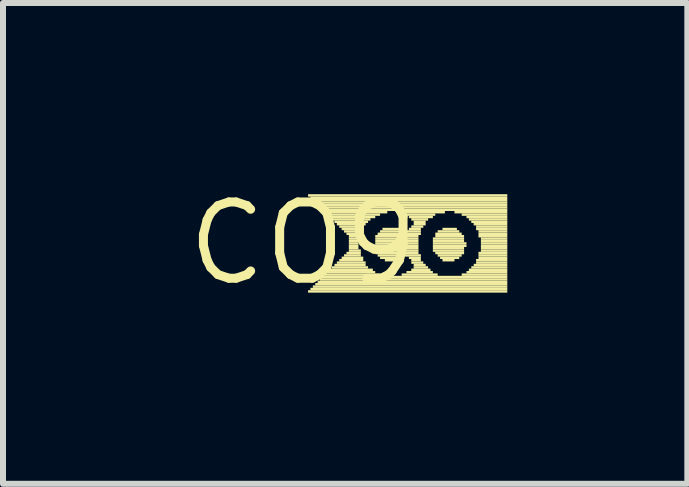
<source format=kicad_pcb>
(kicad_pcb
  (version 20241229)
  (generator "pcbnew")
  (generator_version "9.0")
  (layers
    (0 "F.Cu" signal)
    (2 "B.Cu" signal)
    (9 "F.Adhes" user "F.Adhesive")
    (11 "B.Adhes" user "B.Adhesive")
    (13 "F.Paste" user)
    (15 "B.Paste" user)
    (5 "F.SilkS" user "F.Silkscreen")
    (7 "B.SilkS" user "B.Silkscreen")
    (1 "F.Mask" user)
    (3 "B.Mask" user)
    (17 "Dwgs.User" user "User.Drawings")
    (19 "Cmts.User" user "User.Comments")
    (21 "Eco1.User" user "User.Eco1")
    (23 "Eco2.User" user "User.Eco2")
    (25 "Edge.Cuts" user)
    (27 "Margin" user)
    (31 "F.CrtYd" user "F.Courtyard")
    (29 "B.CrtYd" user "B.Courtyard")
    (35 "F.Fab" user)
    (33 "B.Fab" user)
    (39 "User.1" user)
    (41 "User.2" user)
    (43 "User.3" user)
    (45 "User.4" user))
  (footprint "CO9"
    (layer "F.Cu")
    (at 2.003 1.006)
    (property "Reference" "CO9" (at 0 0 0) (layer "F.SilkS") (effects (font (size 1.27 1.27) (thickness 0.15))))
    (attr through_hole)
    (fp_poly (pts (xy 0.08 -0.78) (xy 3.4 -0.78) (xy 3.4 -0.82) (xy 0.08 -0.82)) (stroke (width 0) (type solid)) (fill yes) (layer "F.SilkS"))
    (fp_poly (pts (xy 0.08 0.82) (xy 3.4 0.82) (xy 3.4 0.78) (xy 0.08 0.78)) (stroke (width 0) (type solid)) (fill yes) (layer "F.SilkS"))
    (fp_poly (pts (xy 0.12 -0.74) (xy 3.4 -0.74) (xy 3.4 -0.78) (xy 0.12 -0.78)) (stroke (width 0) (type solid)) (fill yes) (layer "F.SilkS"))
    (fp_poly (pts (xy 0.12 0.78) (xy 3.4 0.78) (xy 3.4 0.74) (xy 0.12 0.74)) (stroke (width 0) (type solid)) (fill yes) (layer "F.SilkS"))
    (fp_poly (pts (xy 0.16 -0.7) (xy 3.4 -0.7) (xy 3.4 -0.74) (xy 0.16 -0.74)) (stroke (width 0) (type solid)) (fill yes) (layer "F.SilkS"))
    (fp_poly (pts (xy 0.16 0.74) (xy 3.4 0.74) (xy 3.4 0.7) (xy 0.16 0.7)) (stroke (width 0) (type solid)) (fill yes) (layer "F.SilkS"))
    (fp_poly (pts (xy 0.2 -0.66) (xy 3.4 -0.66) (xy 3.4 -0.7) (xy 0.2 -0.7)) (stroke (width 0) (type solid)) (fill yes) (layer "F.SilkS"))
    (fp_poly (pts (xy 0.2 0.7) (xy 3.4 0.7) (xy 3.4 0.66) (xy 0.2 0.66)) (stroke (width 0) (type solid)) (fill yes) (layer "F.SilkS"))
    (fp_poly (pts (xy 0.24 -0.62) (xy 3.4 -0.62) (xy 3.4 -0.66) (xy 0.24 -0.66)) (stroke (width 0) (type solid)) (fill yes) (layer "F.SilkS"))
    (fp_poly (pts (xy 0.24 0.66) (xy 3.4 0.66) (xy 3.4 0.62) (xy 0.24 0.62)) (stroke (width 0) (type solid)) (fill yes) (layer "F.SilkS"))
    (fp_poly (pts (xy 0.28 -0.58) (xy 3.4 -0.58) (xy 3.4 -0.62) (xy 0.28 -0.62)) (stroke (width 0) (type solid)) (fill yes) (layer "F.SilkS"))
    (fp_poly (pts (xy 0.28 0.62) (xy 3.4 0.62) (xy 3.4 0.58) (xy 0.28 0.58)) (stroke (width 0) (type solid)) (fill yes) (layer "F.SilkS"))
    (fp_poly (pts (xy 0.32 -0.54) (xy 3.4 -0.54) (xy 3.4 -0.58) (xy 0.32 -0.58)) (stroke (width 0) (type solid)) (fill yes) (layer "F.SilkS"))
    (fp_poly (pts (xy 0.32 0.58) (xy 3.4 0.58) (xy 3.4 0.54) (xy 0.32 0.54)) (stroke (width 0) (type solid)) (fill yes) (layer "F.SilkS"))
    (fp_poly (pts (xy 0.36 -0.5) (xy 1.4 -0.5) (xy 1.4 -0.54) (xy 0.36 -0.54)) (stroke (width 0) (type solid)) (fill yes) (layer "F.SilkS"))
    (fp_poly (pts (xy 0.36 0.54) (xy 1.28 0.54) (xy 1.28 0.5) (xy 0.36 0.5)) (stroke (width 0) (type solid)) (fill yes) (layer "F.SilkS"))
    (fp_poly (pts (xy 0.4 -0.46) (xy 1.28 -0.46) (xy 1.28 -0.5) (xy 0.4 -0.5)) (stroke (width 0) (type solid)) (fill yes) (layer "F.SilkS"))
    (fp_poly (pts (xy 0.4 0.5) (xy 1.2 0.5) (xy 1.2 0.46) (xy 0.4 0.46)) (stroke (width 0) (type solid)) (fill yes) (layer "F.SilkS"))
    (fp_poly (pts (xy 0.44 -0.42) (xy 1.2 -0.42) (xy 1.2 -0.46) (xy 0.44 -0.46)) (stroke (width 0) (type solid)) (fill yes) (layer "F.SilkS"))
    (fp_poly (pts (xy 0.44 0.46) (xy 1.16 0.46) (xy 1.16 0.42) (xy 0.44 0.42)) (stroke (width 0) (type solid)) (fill yes) (layer "F.SilkS"))
    (fp_poly (pts (xy 0.48 -0.38) (xy 1.12 -0.38) (xy 1.12 -0.42) (xy 0.48 -0.42)) (stroke (width 0) (type solid)) (fill yes) (layer "F.SilkS"))
    (fp_poly (pts (xy 0.48 0.42) (xy 1.08 0.42) (xy 1.08 0.38) (xy 0.48 0.38)) (stroke (width 0) (type solid)) (fill yes) (layer "F.SilkS"))
    (fp_poly (pts (xy 0.52 -0.34) (xy 1.08 -0.34) (xy 1.08 -0.38) (xy 0.52 -0.38)) (stroke (width 0) (type solid)) (fill yes) (layer "F.SilkS"))
    (fp_poly (pts (xy 0.52 0.38) (xy 1.04 0.38) (xy 1.04 0.34) (xy 0.52 0.34)) (stroke (width 0) (type solid)) (fill yes) (layer "F.SilkS"))
    (fp_poly (pts (xy 0.56 -0.3) (xy 1.04 -0.3) (xy 1.04 -0.34) (xy 0.56 -0.34)) (stroke (width 0) (type solid)) (fill yes) (layer "F.SilkS"))
    (fp_poly (pts (xy 0.56 0.34) (xy 1.04 0.34) (xy 1.04 0.3) (xy 0.56 0.3)) (stroke (width 0) (type solid)) (fill yes) (layer "F.SilkS"))
    (fp_poly (pts (xy 0.6 -0.26) (xy 1 -0.26) (xy 1 -0.3) (xy 0.6 -0.3)) (stroke (width 0) (type solid)) (fill yes) (layer "F.SilkS"))
    (fp_poly (pts (xy 0.6 0.3) (xy 1 0.3) (xy 1 0.26) (xy 0.6 0.26)) (stroke (width 0) (type solid)) (fill yes) (layer "F.SilkS"))
    (fp_poly (pts (xy 0.64 -0.22) (xy 1 -0.22) (xy 1 -0.26) (xy 0.64 -0.26)) (stroke (width 0) (type solid)) (fill yes) (layer "F.SilkS"))
    (fp_poly (pts (xy 0.64 0.26) (xy 1 0.26) (xy 1 0.22) (xy 0.64 0.22)) (stroke (width 0) (type solid)) (fill yes) (layer "F.SilkS"))
    (fp_poly (pts (xy 0.68 -0.18) (xy 0.96 -0.18) (xy 0.96 -0.22) (xy 0.68 -0.22)) (stroke (width 0) (type solid)) (fill yes) (layer "F.SilkS"))
    (fp_poly (pts (xy 0.68 0.22) (xy 0.96 0.22) (xy 0.96 0.18) (xy 0.68 0.18)) (stroke (width 0) (type solid)) (fill yes) (layer "F.SilkS"))
    (fp_poly (pts (xy 0.72 -0.14) (xy 0.96 -0.14) (xy 0.96 -0.18) (xy 0.72 -0.18)) (stroke (width 0) (type solid)) (fill yes) (layer "F.SilkS"))
    (fp_poly (pts (xy 0.72 0.18) (xy 0.96 0.18) (xy 0.96 0.14) (xy 0.72 0.14)) (stroke (width 0) (type solid)) (fill yes) (layer "F.SilkS"))
    (fp_poly (pts (xy 0.76 -0.1) (xy 0.96 -0.1) (xy 0.96 -0.14) (xy 0.76 -0.14)) (stroke (width 0) (type solid)) (fill yes) (layer "F.SilkS"))
    (fp_poly (pts (xy 0.76 -0.06) (xy 0.92 -0.06) (xy 0.92 -0.1) (xy 0.76 -0.1)) (stroke (width 0) (type solid)) (fill yes) (layer "F.SilkS"))
    (fp_poly (pts (xy 0.76 -0.02) (xy 0.92 -0.02) (xy 0.92 -0.06) (xy 0.76 -0.06)) (stroke (width 0) (type solid)) (fill yes) (layer "F.SilkS"))
    (fp_poly (pts (xy 0.76 0.02) (xy 0.92 0.02) (xy 0.92 -0.02) (xy 0.76 -0.02)) (stroke (width 0) (type solid)) (fill yes) (layer "F.SilkS"))
    (fp_poly (pts (xy 0.76 0.06) (xy 0.92 0.06) (xy 0.92 0.02) (xy 0.76 0.02)) (stroke (width 0) (type solid)) (fill yes) (layer "F.SilkS"))
    (fp_poly (pts (xy 0.76 0.1) (xy 0.92 0.1) (xy 0.92 0.06) (xy 0.76 0.06)) (stroke (width 0) (type solid)) (fill yes) (layer "F.SilkS"))
    (fp_poly (pts (xy 0.76 0.14) (xy 0.96 0.14) (xy 0.96 0.1) (xy 0.76 0.1)) (stroke (width 0) (type solid)) (fill yes) (layer "F.SilkS"))
    (fp_poly (pts (xy 1.2 -0.1) (xy 1.92 -0.1) (xy 1.92 -0.14) (xy 1.2 -0.14)) (stroke (width 0) (type solid)) (fill yes) (layer "F.SilkS"))
    (fp_poly (pts (xy 1.2 -0.06) (xy 1.92 -0.06) (xy 1.92 -0.1) (xy 1.2 -0.1)) (stroke (width 0) (type solid)) (fill yes) (layer "F.SilkS"))
    (fp_poly (pts (xy 1.2 -0.02) (xy 1.92 -0.02) (xy 1.92 -0.06) (xy 1.2 -0.06)) (stroke (width 0) (type solid)) (fill yes) (layer "F.SilkS"))
    (fp_poly (pts (xy 1.2 0.02) (xy 1.92 0.02) (xy 1.92 -0.02) (xy 1.2 -0.02)) (stroke (width 0) (type solid)) (fill yes) (layer "F.SilkS"))
    (fp_poly (pts (xy 1.2 0.06) (xy 1.92 0.06) (xy 1.92 0.02) (xy 1.2 0.02)) (stroke (width 0) (type solid)) (fill yes) (layer "F.SilkS"))
    (fp_poly (pts (xy 1.2 0.1) (xy 1.92 0.1) (xy 1.92 0.06) (xy 1.2 0.06)) (stroke (width 0) (type solid)) (fill yes) (layer "F.SilkS"))
    (fp_poly (pts (xy 1.2 0.14) (xy 1.92 0.14) (xy 1.92 0.1) (xy 1.2 0.1)) (stroke (width 0) (type solid)) (fill yes) (layer "F.SilkS"))
    (fp_poly (pts (xy 1.2 0.18) (xy 1.92 0.18) (xy 1.92 0.14) (xy 1.2 0.14)) (stroke (width 0) (type solid)) (fill yes) (layer "F.SilkS"))
    (fp_poly (pts (xy 1.24 -0.14) (xy 1.96 -0.14) (xy 1.96 -0.18) (xy 1.24 -0.18)) (stroke (width 0) (type solid)) (fill yes) (layer "F.SilkS"))
    (fp_poly (pts (xy 1.24 0.22) (xy 1.96 0.22) (xy 1.96 0.18) (xy 1.24 0.18)) (stroke (width 0) (type solid)) (fill yes) (layer "F.SilkS"))
    (fp_poly (pts (xy 1.28 -0.18) (xy 1.68 -0.18) (xy 1.68 -0.22) (xy 1.28 -0.22)) (stroke (width 0) (type solid)) (fill yes) (layer "F.SilkS"))
    (fp_poly (pts (xy 1.28 0.26) (xy 1.64 0.26) (xy 1.64 0.22) (xy 1.28 0.22)) (stroke (width 0) (type solid)) (fill yes) (layer "F.SilkS"))
    (fp_poly (pts (xy 1.32 -0.22) (xy 1.6 -0.22) (xy 1.6 -0.26) (xy 1.32 -0.26)) (stroke (width 0) (type solid)) (fill yes) (layer "F.SilkS"))
    (fp_poly (pts (xy 1.36 0.3) (xy 1.56 0.3) (xy 1.56 0.26) (xy 1.36 0.26)) (stroke (width 0) (type solid)) (fill yes) (layer "F.SilkS"))
    (fp_poly (pts (xy 1.56 -0.5) (xy 2.36 -0.5) (xy 2.36 -0.54) (xy 1.56 -0.54)) (stroke (width 0) (type solid)) (fill yes) (layer "F.SilkS"))
    (fp_poly (pts (xy 1.64 0.54) (xy 2.24 0.54) (xy 2.24 0.5) (xy 1.64 0.5)) (stroke (width 0) (type solid)) (fill yes) (layer "F.SilkS"))
    (fp_poly (pts (xy 1.68 -0.46) (xy 2.2 -0.46) (xy 2.2 -0.5) (xy 1.68 -0.5)) (stroke (width 0) (type solid)) (fill yes) (layer "F.SilkS"))
    (fp_poly (pts (xy 1.72 -0.18) (xy 1.96 -0.18) (xy 1.96 -0.22) (xy 1.72 -0.22)) (stroke (width 0) (type solid)) (fill yes) (layer "F.SilkS"))
    (fp_poly (pts (xy 1.72 0.5) (xy 2.16 0.5) (xy 2.16 0.46) (xy 1.72 0.46)) (stroke (width 0) (type solid)) (fill yes) (layer "F.SilkS"))
    (fp_poly (pts (xy 1.76 -0.42) (xy 2.16 -0.42) (xy 2.16 -0.46) (xy 1.76 -0.46)) (stroke (width 0) (type solid)) (fill yes) (layer "F.SilkS"))
    (fp_poly (pts (xy 1.76 -0.22) (xy 1.96 -0.22) (xy 1.96 -0.26) (xy 1.76 -0.26)) (stroke (width 0) (type solid)) (fill yes) (layer "F.SilkS"))
    (fp_poly (pts (xy 1.76 0.26) (xy 1.96 0.26) (xy 1.96 0.22) (xy 1.76 0.22)) (stroke (width 0) (type solid)) (fill yes) (layer "F.SilkS"))
    (fp_poly (pts (xy 1.8 -0.38) (xy 2.08 -0.38) (xy 2.08 -0.42) (xy 1.8 -0.42)) (stroke (width 0) (type solid)) (fill yes) (layer "F.SilkS"))
    (fp_poly (pts (xy 1.8 -0.26) (xy 2 -0.26) (xy 2 -0.3) (xy 1.8 -0.3)) (stroke (width 0) (type solid)) (fill yes) (layer "F.SilkS"))
    (fp_poly (pts (xy 1.8 0.3) (xy 1.96 0.3) (xy 1.96 0.26) (xy 1.8 0.26)) (stroke (width 0) (type solid)) (fill yes) (layer "F.SilkS"))
    (fp_poly (pts (xy 1.8 0.34) (xy 2 0.34) (xy 2 0.3) (xy 1.8 0.3)) (stroke (width 0) (type solid)) (fill yes) (layer "F.SilkS"))
    (fp_poly (pts (xy 1.8 0.46) (xy 2.12 0.46) (xy 2.12 0.42) (xy 1.8 0.42)) (stroke (width 0) (type solid)) (fill yes) (layer "F.SilkS"))
    (fp_poly (pts (xy 1.84 -0.34) (xy 2.04 -0.34) (xy 2.04 -0.38) (xy 1.84 -0.38)) (stroke (width 0) (type solid)) (fill yes) (layer "F.SilkS"))
    (fp_poly (pts (xy 1.84 -0.3) (xy 2.04 -0.3) (xy 2.04 -0.34) (xy 1.84 -0.34)) (stroke (width 0) (type solid)) (fill yes) (layer "F.SilkS"))
    (fp_poly (pts (xy 1.84 0.38) (xy 2.04 0.38) (xy 2.04 0.34) (xy 1.84 0.34)) (stroke (width 0) (type solid)) (fill yes) (layer "F.SilkS"))
    (fp_poly (pts (xy 1.84 0.42) (xy 2.08 0.42) (xy 2.08 0.38) (xy 1.84 0.38)) (stroke (width 0) (type solid)) (fill yes) (layer "F.SilkS"))
    (fp_poly (pts (xy 2.16 -0.06) (xy 2.68 -0.06) (xy 2.68 -0.1) (xy 2.16 -0.1)) (stroke (width 0) (type solid)) (fill yes) (layer "F.SilkS"))
    (fp_poly (pts (xy 2.16 -0.02) (xy 2.68 -0.02) (xy 2.68 -0.06) (xy 2.16 -0.06)) (stroke (width 0) (type solid)) (fill yes) (layer "F.SilkS"))
    (fp_poly (pts (xy 2.16 0.02) (xy 2.72 0.02) (xy 2.72 -0.02) (xy 2.16 -0.02)) (stroke (width 0) (type solid)) (fill yes) (layer "F.SilkS"))
    (fp_poly (pts (xy 2.16 0.06) (xy 2.72 0.06) (xy 2.72 0.02) (xy 2.16 0.02)) (stroke (width 0) (type solid)) (fill yes) (layer "F.SilkS"))
    (fp_poly (pts (xy 2.16 0.1) (xy 2.68 0.1) (xy 2.68 0.06) (xy 2.16 0.06)) (stroke (width 0) (type solid)) (fill yes) (layer "F.SilkS"))
    (fp_poly (pts (xy 2.16 0.14) (xy 2.68 0.14) (xy 2.68 0.1) (xy 2.16 0.1)) (stroke (width 0) (type solid)) (fill yes) (layer "F.SilkS"))
    (fp_poly (pts (xy 2.2 -0.14) (xy 2.64 -0.14) (xy 2.64 -0.18) (xy 2.2 -0.18)) (stroke (width 0) (type solid)) (fill yes) (layer "F.SilkS"))
    (fp_poly (pts (xy 2.2 -0.1) (xy 2.68 -0.1) (xy 2.68 -0.14) (xy 2.2 -0.14)) (stroke (width 0) (type solid)) (fill yes) (layer "F.SilkS"))
    (fp_poly (pts (xy 2.2 0.18) (xy 2.68 0.18) (xy 2.68 0.14) (xy 2.2 0.14)) (stroke (width 0) (type solid)) (fill yes) (layer "F.SilkS"))
    (fp_poly (pts (xy 2.24 -0.18) (xy 2.6 -0.18) (xy 2.6 -0.22) (xy 2.24 -0.22)) (stroke (width 0) (type solid)) (fill yes) (layer "F.SilkS"))
    (fp_poly (pts (xy 2.24 0.22) (xy 2.64 0.22) (xy 2.64 0.18) (xy 2.24 0.18)) (stroke (width 0) (type solid)) (fill yes) (layer "F.SilkS"))
    (fp_poly (pts (xy 2.28 0.26) (xy 2.6 0.26) (xy 2.6 0.22) (xy 2.28 0.22)) (stroke (width 0) (type solid)) (fill yes) (layer "F.SilkS"))
    (fp_poly (pts (xy 2.32 -0.22) (xy 2.56 -0.22) (xy 2.56 -0.26) (xy 2.32 -0.26)) (stroke (width 0) (type solid)) (fill yes) (layer "F.SilkS"))
    (fp_poly (pts (xy 2.32 0.3) (xy 2.52 0.3) (xy 2.52 0.26) (xy 2.32 0.26)) (stroke (width 0) (type solid)) (fill yes) (layer "F.SilkS"))
    (fp_poly (pts (xy 2.52 -0.5) (xy 3.4 -0.5) (xy 3.4 -0.54) (xy 2.52 -0.54)) (stroke (width 0) (type solid)) (fill yes) (layer "F.SilkS"))
    (fp_poly (pts (xy 2.64 -0.46) (xy 3.4 -0.46) (xy 3.4 -0.5) (xy 2.64 -0.5)) (stroke (width 0) (type solid)) (fill yes) (layer "F.SilkS"))
    (fp_poly (pts (xy 2.64 0.54) (xy 3.4 0.54) (xy 3.4 0.5) (xy 2.64 0.5)) (stroke (width 0) (type solid)) (fill yes) (layer "F.SilkS"))
    (fp_poly (pts (xy 2.72 -0.42) (xy 3.4 -0.42) (xy 3.4 -0.46) (xy 2.72 -0.46)) (stroke (width 0) (type solid)) (fill yes) (layer "F.SilkS"))
    (fp_poly (pts (xy 2.72 0.5) (xy 3.4 0.5) (xy 3.4 0.46) (xy 2.72 0.46)) (stroke (width 0) (type solid)) (fill yes) (layer "F.SilkS"))
    (fp_poly (pts (xy 2.76 -0.38) (xy 3.4 -0.38) (xy 3.4 -0.42) (xy 2.76 -0.42)) (stroke (width 0) (type solid)) (fill yes) (layer "F.SilkS"))
    (fp_poly (pts (xy 2.76 0.46) (xy 3.4 0.46) (xy 3.4 0.42) (xy 2.76 0.42)) (stroke (width 0) (type solid)) (fill yes) (layer "F.SilkS"))
    (fp_poly (pts (xy 2.8 -0.34) (xy 3.4 -0.34) (xy 3.4 -0.38) (xy 2.8 -0.38)) (stroke (width 0) (type solid)) (fill yes) (layer "F.SilkS"))
    (fp_poly (pts (xy 2.8 0.42) (xy 3.4 0.42) (xy 3.4 0.38) (xy 2.8 0.38)) (stroke (width 0) (type solid)) (fill yes) (layer "F.SilkS"))
    (fp_poly (pts (xy 2.84 -0.3) (xy 3.4 -0.3) (xy 3.4 -0.34) (xy 2.84 -0.34)) (stroke (width 0) (type solid)) (fill yes) (layer "F.SilkS"))
    (fp_poly (pts (xy 2.84 0.38) (xy 3.4 0.38) (xy 3.4 0.34) (xy 2.84 0.34)) (stroke (width 0) (type solid)) (fill yes) (layer "F.SilkS"))
    (fp_poly (pts (xy 2.88 -0.26) (xy 3.4 -0.26) (xy 3.4 -0.3) (xy 2.88 -0.3)) (stroke (width 0) (type solid)) (fill yes) (layer "F.SilkS"))
    (fp_poly (pts (xy 2.88 -0.22) (xy 3.4 -0.22) (xy 3.4 -0.26) (xy 2.88 -0.26)) (stroke (width 0) (type solid)) (fill yes) (layer "F.SilkS"))
    (fp_poly (pts (xy 2.88 0.3) (xy 3.4 0.3) (xy 3.4 0.26) (xy 2.88 0.26)) (stroke (width 0) (type solid)) (fill yes) (layer "F.SilkS"))
    (fp_poly (pts (xy 2.88 0.34) (xy 3.4 0.34) (xy 3.4 0.3) (xy 2.88 0.3)) (stroke (width 0) (type solid)) (fill yes) (layer "F.SilkS"))
    (fp_poly (pts (xy 2.92 -0.18) (xy 3.4 -0.18) (xy 3.4 -0.22) (xy 2.92 -0.22)) (stroke (width 0) (type solid)) (fill yes) (layer "F.SilkS"))
    (fp_poly (pts (xy 2.92 -0.14) (xy 3.4 -0.14) (xy 3.4 -0.18) (xy 2.92 -0.18)) (stroke (width 0) (type solid)) (fill yes) (layer "F.SilkS"))
    (fp_poly (pts (xy 2.92 -0.1) (xy 3.4 -0.1) (xy 3.4 -0.14) (xy 2.92 -0.14)) (stroke (width 0) (type solid)) (fill yes) (layer "F.SilkS"))
    (fp_poly (pts (xy 2.92 0.18) (xy 3.4 0.18) (xy 3.4 0.14) (xy 2.92 0.14)) (stroke (width 0) (type solid)) (fill yes) (layer "F.SilkS"))
    (fp_poly (pts (xy 2.92 0.22) (xy 3.4 0.22) (xy 3.4 0.18) (xy 2.92 0.18)) (stroke (width 0) (type solid)) (fill yes) (layer "F.SilkS"))
    (fp_poly (pts (xy 2.92 0.26) (xy 3.4 0.26) (xy 3.4 0.22) (xy 2.92 0.22)) (stroke (width 0) (type solid)) (fill yes) (layer "F.SilkS"))
    (fp_poly (pts (xy 2.96 -0.06) (xy 3.4 -0.06) (xy 3.4 -0.1) (xy 2.96 -0.1)) (stroke (width 0) (type solid)) (fill yes) (layer "F.SilkS"))
    (fp_poly (pts (xy 2.96 -0.02) (xy 3.4 -0.02) (xy 3.4 -0.06) (xy 2.96 -0.06)) (stroke (width 0) (type solid)) (fill yes) (layer "F.SilkS"))
    (fp_poly (pts (xy 2.96 0.02) (xy 3.4 0.02) (xy 3.4 -0.02) (xy 2.96 -0.02)) (stroke (width 0) (type solid)) (fill yes) (layer "F.SilkS"))
    (fp_poly (pts (xy 2.96 0.06) (xy 3.4 0.06) (xy 3.4 0.02) (xy 2.96 0.02)) (stroke (width 0) (type solid)) (fill yes) (layer "F.SilkS"))
    (fp_poly (pts (xy 2.96 0.1) (xy 3.4 0.1) (xy 3.4 0.06) (xy 2.96 0.06)) (stroke (width 0) (type solid)) (fill yes) (layer "F.SilkS"))
    (fp_poly (pts (xy 2.96 0.14) (xy 3.4 0.14) (xy 3.4 0.1) (xy 2.96 0.1)) (stroke (width 0) (type solid)) (fill yes) (layer "F.SilkS")))
  (gr_rect
    (start -3 -3)
    (end 8.403 5.012)
    (stroke (width 0.1) (type default))
    (fill no)
    (layer "Edge.Cuts")))
</source>
